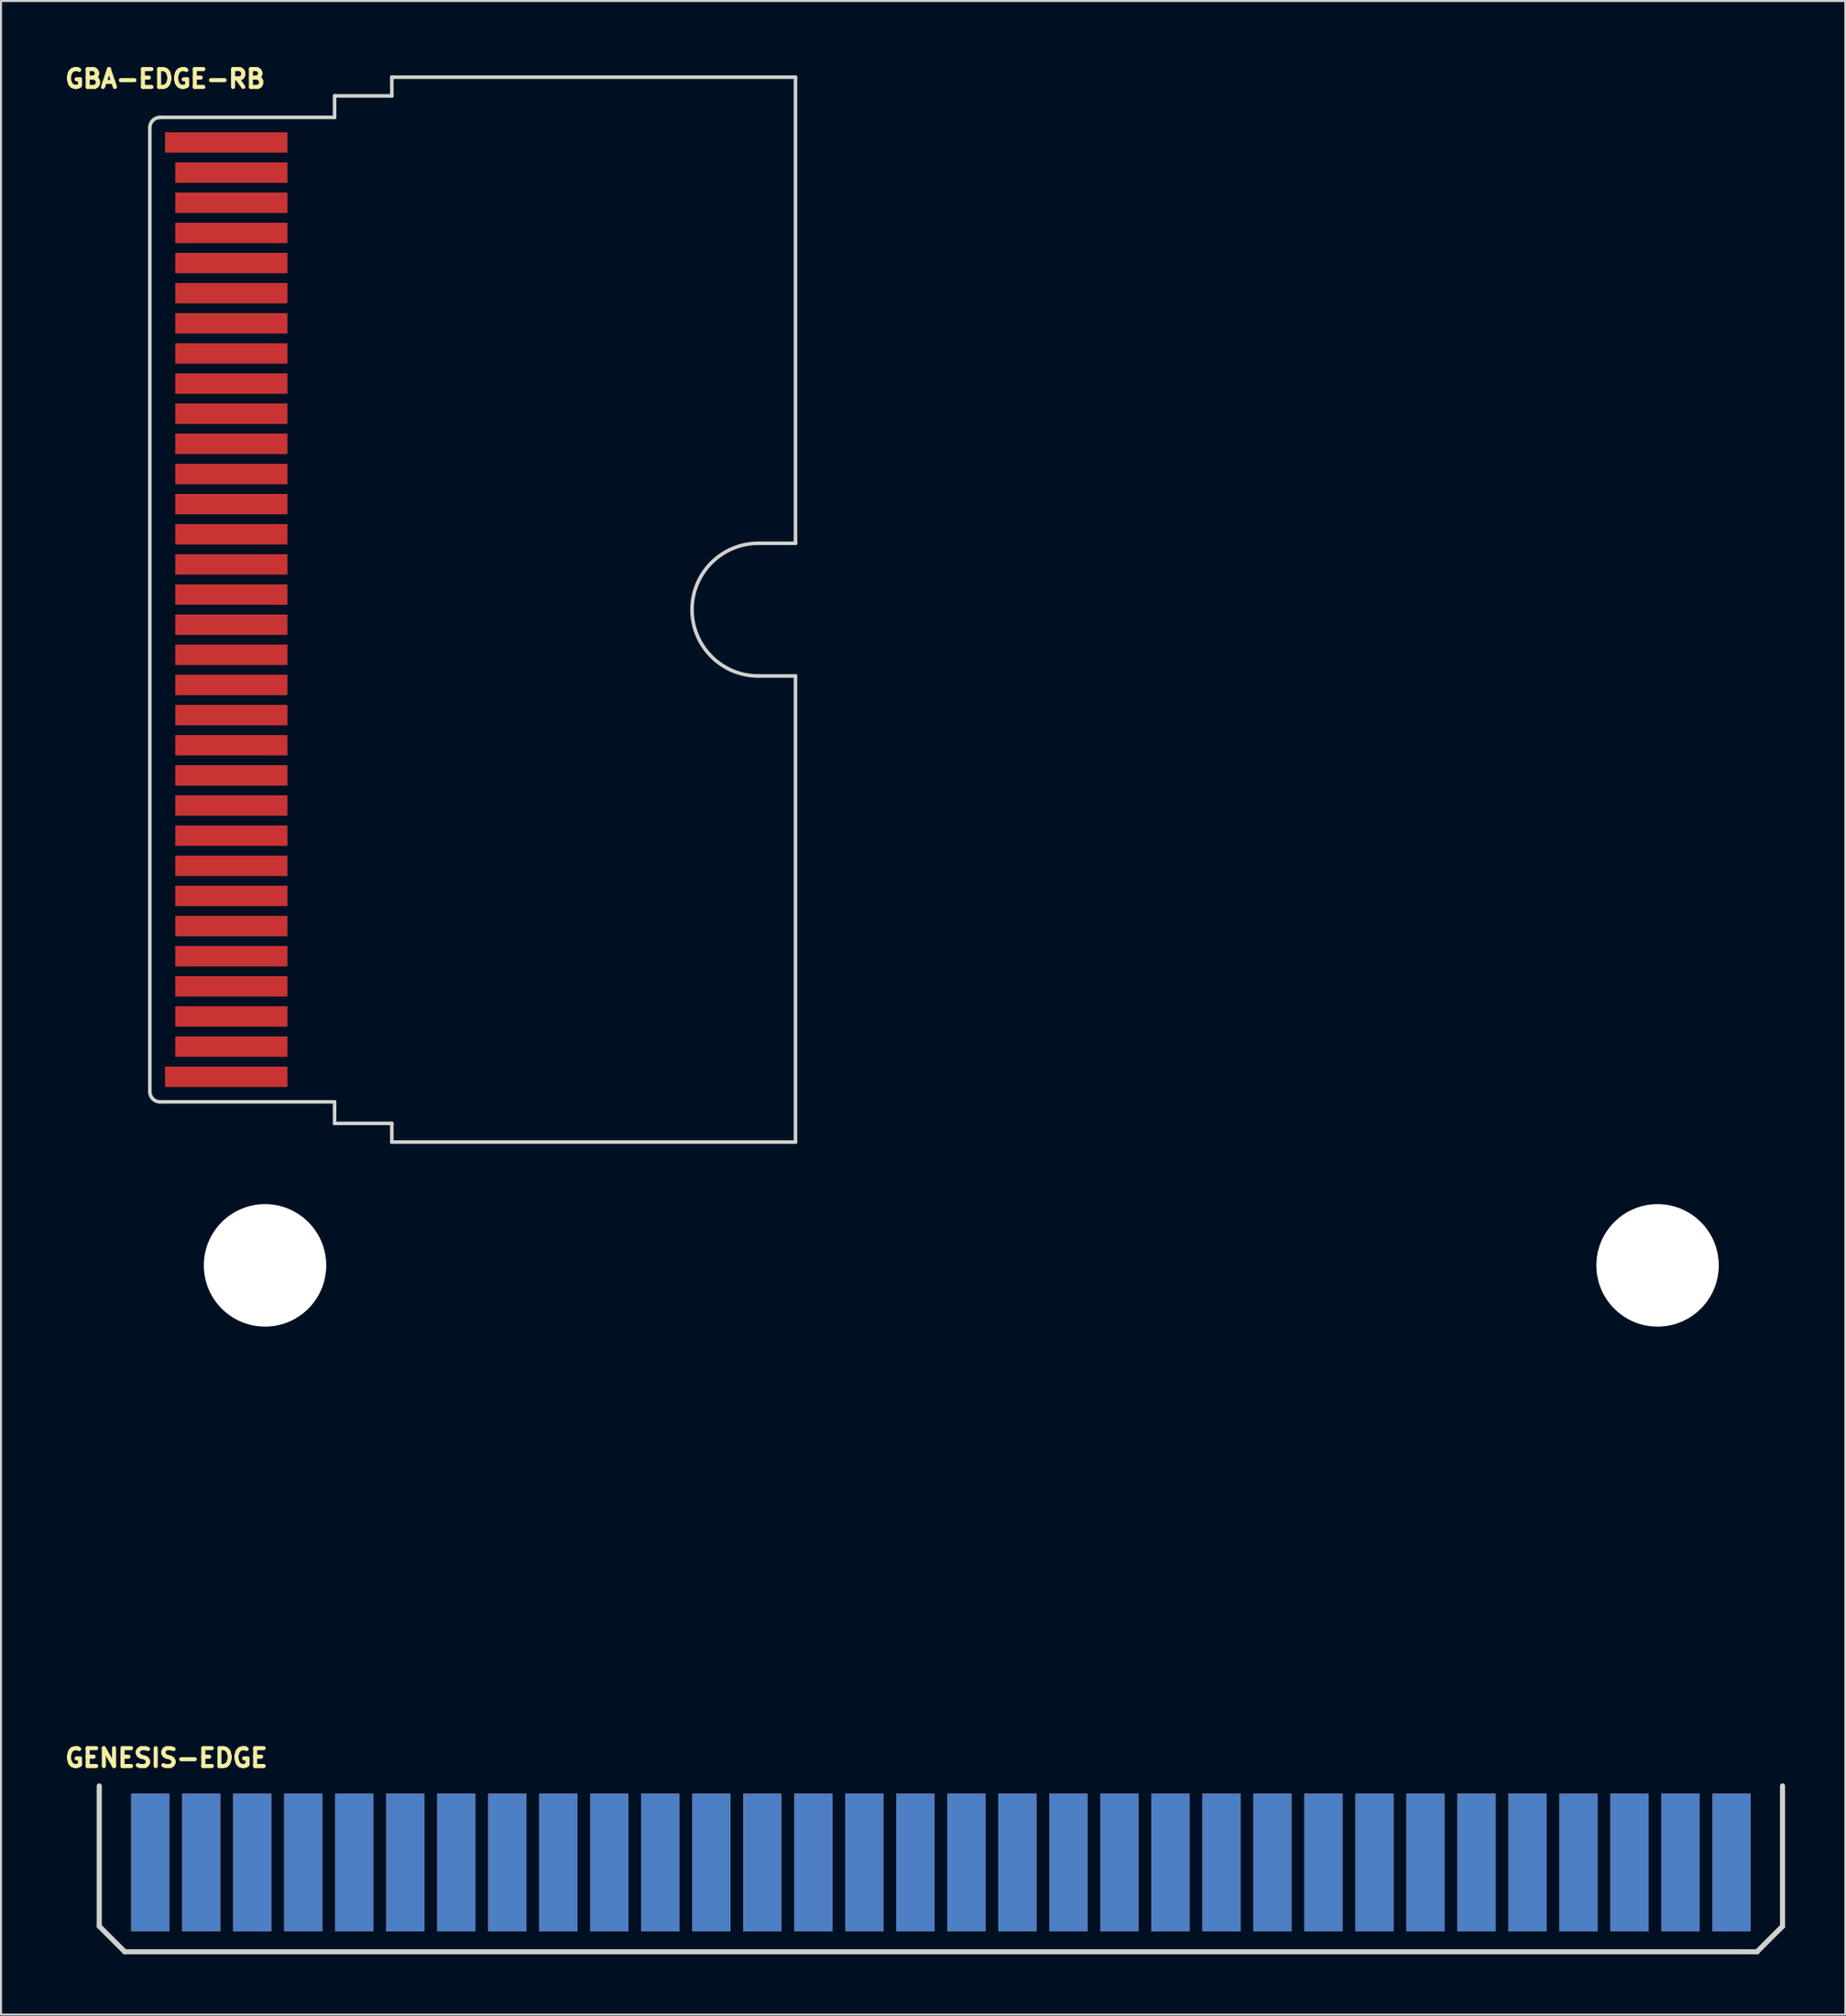
<source format=kicad_pcb>
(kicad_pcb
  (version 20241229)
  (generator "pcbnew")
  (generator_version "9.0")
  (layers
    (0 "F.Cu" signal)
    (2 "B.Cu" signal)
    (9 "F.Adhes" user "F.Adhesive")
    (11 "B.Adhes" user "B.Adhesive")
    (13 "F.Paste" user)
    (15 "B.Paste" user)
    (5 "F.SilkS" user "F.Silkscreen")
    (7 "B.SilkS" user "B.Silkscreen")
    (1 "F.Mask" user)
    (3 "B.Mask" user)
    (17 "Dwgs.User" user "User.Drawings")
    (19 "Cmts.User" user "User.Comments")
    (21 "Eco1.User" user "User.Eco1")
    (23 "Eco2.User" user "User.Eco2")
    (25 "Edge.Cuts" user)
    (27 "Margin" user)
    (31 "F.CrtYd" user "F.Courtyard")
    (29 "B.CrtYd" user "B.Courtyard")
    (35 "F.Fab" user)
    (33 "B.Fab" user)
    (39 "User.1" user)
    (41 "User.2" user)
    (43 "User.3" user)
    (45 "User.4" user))
  (footprint "GBA-EDGE-RB"
    (layer "F.Cu")
    (at 8.217 4.043)
    (property "Reference" "GBA-EDGE-RB" (at -3.048 -3.166 0) (layer "F.SilkS") (effects (font (size 0.889 0.889) (thickness 0.203))))
    (attr through_hole)
    (fp_rect (start -3.81 -1.259) (end 1.994 47.741) (stroke (width 0.12) (type solid)) (fill yes) (layer "F.Mask"))
    (fp_line (start -3.806 -0.741) (end -3.806 47.241) (stroke (width 0.178) (type default)) (layer "Edge.Cuts"))
    (fp_line (start -3.302 -1.25) (end 5.394 -1.25) (stroke (width 0.178) (type default)) (layer "Edge.Cuts"))
    (fp_line (start -3.302 47.75) (end 5.394 47.75) (stroke (width 0.178) (type default)) (layer "Edge.Cuts"))
    (fp_line (start 5.394 -2.32) (end 8.244 -2.32) (stroke (width 0.178) (type default)) (layer "Edge.Cuts"))
    (fp_line (start 5.394 -1.25) (end 5.394 -2.32) (stroke (width 0.178) (type default)) (layer "Edge.Cuts"))
    (fp_line (start 5.394 48.82) (end 5.394 47.75) (stroke (width 0.178) (type default)) (layer "Edge.Cuts"))
    (fp_line (start 5.394 48.82) (end 8.244 48.82) (stroke (width 0.178) (type default)) (layer "Edge.Cuts"))
    (fp_line (start 8.244 -3.25) (end 8.244 -2.32) (stroke (width 0.178) (type default)) (layer "Edge.Cuts"))
    (fp_line (start 8.244 -3.25) (end 28.344 -3.25) (stroke (width 0.178) (type default)) (layer "Edge.Cuts"))
    (fp_line (start 8.244 48.82) (end 8.244 49.75) (stroke (width 0.178) (type default)) (layer "Edge.Cuts"))
    (fp_line (start 8.244 49.75) (end 28.344 49.75) (stroke (width 0.178) (type default)) (layer "Edge.Cuts"))
    (fp_line (start 28.344 -3.25) (end 28.344 19.948) (stroke (width 0.178) (type default)) (layer "Edge.Cuts"))
    (fp_line (start 28.344 19.948) (end 26.496 19.948) (stroke (width 0.178) (type default)) (layer "Edge.Cuts"))
    (fp_line (start 28.344 26.552) (end 26.496 26.552) (stroke (width 0.178) (type default)) (layer "Edge.Cuts"))
    (fp_line (start 28.344 26.552) (end 28.344 49.75) (stroke (width 0.178) (type default)) (layer "Edge.Cuts"))
    (fp_arc (start -3.806389 -0.740789) (mid -3.6576 -1.1) (end -3.298389 -1.248789) (stroke (width 0.1778) (type default)) (layer "Edge.Cuts"))
    (fp_arc (start -3.298389 47.748789) (mid -3.6576 47.6) (end -3.806389 47.240789) (stroke (width 0.1778) (type default)) (layer "Edge.Cuts"))
    (fp_arc (start 26.495611 26.552) (mid 23.193611 23.25) (end 26.495611 19.948) (stroke (width 0.1778) (type default)) (layer "Edge.Cuts"))
    (pad "1" smd rect (at 0 0) (size 6.096 1.016) (layers "F.Cu" "F.Paste"))
    (pad "2" smd rect (at 0.254 1.5) (size 5.588 1.016) (layers "F.Cu" "F.Paste"))
    (pad "3" smd rect (at 0.254 3) (size 5.588 1.016) (layers "F.Cu" "F.Paste"))
    (pad "4" smd rect (at 0.254 4.5) (size 5.588 1.016) (layers "F.Cu" "F.Paste"))
    (pad "5" smd rect (at 0.254 6) (size 5.588 1.016) (layers "F.Cu" "F.Paste"))
    (pad "6" smd rect (at 0.254 7.5) (size 5.588 1.016) (layers "F.Cu" "F.Paste"))
    (pad "7" smd rect (at 0.254 9) (size 5.588 1.016) (layers "F.Cu" "F.Paste"))
    (pad "8" smd rect (at 0.254 10.5) (size 5.588 1.016) (layers "F.Cu" "F.Paste"))
    (pad "9" smd rect (at 0.254 12) (size 5.588 1.016) (layers "F.Cu" "F.Paste"))
    (pad "10" smd rect (at 0.254 13.5) (size 5.588 1.016) (layers "F.Cu" "F.Paste"))
    (pad "11" smd rect (at 0.254 15) (size 5.588 1.016) (layers "F.Cu" "F.Paste"))
    (pad "12" smd rect (at 0.254 16.5) (size 5.588 1.016) (layers "F.Cu" "F.Paste"))
    (pad "13" smd rect (at 0.254 18) (size 5.588 1.016) (layers "F.Cu" "F.Paste"))
    (pad "14" smd rect (at 0.254 19.5) (size 5.588 1.016) (layers "F.Cu" "F.Paste"))
    (pad "15" smd rect (at 0.254 21) (size 5.588 1.016) (layers "F.Cu" "F.Paste"))
    (pad "16" smd rect (at 0.254 22.5) (size 5.588 1.016) (layers "F.Cu" "F.Paste"))
    (pad "17" smd rect (at 0.254 24) (size 5.588 1.016) (layers "F.Cu" "F.Paste"))
    (pad "18" smd rect (at 0.254 25.5) (size 5.588 1.016) (layers "F.Cu" "F.Paste"))
    (pad "19" smd rect (at 0.254 27) (size 5.588 1.016) (layers "F.Cu" "F.Paste"))
    (pad "20" smd rect (at 0.254 28.5) (size 5.588 1.016) (layers "F.Cu" "F.Paste"))
    (pad "21" smd rect (at 0.254 30) (size 5.588 1.016) (layers "F.Cu" "F.Paste"))
    (pad "22" smd rect (at 0.254 31.5) (size 5.588 1.016) (layers "F.Cu" "F.Paste"))
    (pad "23" smd rect (at 0.254 33) (size 5.588 1.016) (layers "F.Cu" "F.Paste"))
    (pad "24" smd rect (at 0.254 34.5) (size 5.588 1.016) (layers "F.Cu" "F.Paste"))
    (pad "25" smd rect (at 0.254 36) (size 5.588 1.016) (layers "F.Cu" "F.Paste"))
    (pad "26" smd rect (at 0.254 37.5) (size 5.588 1.016) (layers "F.Cu" "F.Paste"))
    (pad "27" smd rect (at 0.254 39) (size 5.588 1.016) (layers "F.Cu" "F.Paste"))
    (pad "28" smd rect (at 0.254 40.5) (size 5.588 1.016) (layers "F.Cu" "F.Paste"))
    (pad "29" smd rect (at 0.254 42) (size 5.588 1.016) (layers "F.Cu" "F.Paste"))
    (pad "30" smd rect (at 0.254 43.5) (size 5.588 1.016) (layers "F.Cu" "F.Paste"))
    (pad "31" smd rect (at 0.254 45) (size 5.588 1.016) (layers "F.Cu" "F.Paste"))
    (pad "32" smd rect (at 0 46.5) (size 6.096 1.016) (layers "F.Cu" "F.Paste"))
    (zone (net_name "") (layer "F.Cu") (name "gold fingers") (hatch edge 0.5) (connect_pads) (min_thickness 0.25) (filled_areas_thickness no) (keepout (tracks allowed) (vias allowed) (pads allowed) (copperpour allowed) (footprints not_allowed)) (placement (enabled no)) (fill) (polygon (pts (xy 13.417 2.883) (xy 13.417 51.843) (xy 4.407 51.843) (xy 4.407 2.883)))))
  (footprint "GENESIS-EDGE"
    (layer "F.Cu")
    (at 4.432 89.648)
    (property "Reference" "GENESIS-EDGE" (at 0.8 -5.2 0) (layer "F.SilkS") (effects (font (size 0.889 0.889) (thickness 0.203))))
    (attr through_hole)
    (fp_line (start -2.54 -3.81) (end -2.54 3.175) (stroke (width 0.254) (type solid)) (layer "Edge.Cuts"))
    (fp_line (start -2.54 3.175) (end -1.27 4.445) (stroke (width 0.254) (type solid)) (layer "Edge.Cuts"))
    (fp_line (start -1.27 4.445) (end 80.01 4.445) (stroke (width 0.254) (type solid)) (layer "Edge.Cuts"))
    (fp_line (start 80.01 4.445) (end 81.28 3.175) (stroke (width 0.254) (type solid)) (layer "Edge.Cuts"))
    (fp_line (start 81.28 3.175) (end 81.28 -3.81) (stroke (width 0.254) (type solid)) (layer "Edge.Cuts"))
    (pad "" np_thru_hole circle (at 5.715 -29.718) (size 6.096 6.096) (drill 6.096) (layers "*.Cu" "*.Mask"))
    (pad "" np_thru_hole circle (at 75.057 -29.718) (size 6.096 6.096) (drill 6.096) (layers "*.Cu" "*.Mask"))
    (pad "A1" smd rect (at 0 0) (size 1.905 6.858) (layers "B.Cu"))
    (pad "A2" smd rect (at 2.54 0) (size 1.905 6.858) (layers "B.Cu"))
    (pad "A3" smd rect (at 5.08 0) (size 1.905 6.858) (layers "B.Cu"))
    (pad "A4" smd rect (at 7.62 0) (size 1.905 6.858) (layers "B.Cu"))
    (pad "A5" smd rect (at 10.16 0) (size 1.905 6.858) (layers "B.Cu"))
    (pad "A6" smd rect (at 12.7 0) (size 1.905 6.858) (layers "B.Cu"))
    (pad "A7" smd rect (at 15.24 0) (size 1.905 6.858) (layers "B.Cu"))
    (pad "A8" smd rect (at 17.78 0) (size 1.905 6.858) (layers "B.Cu"))
    (pad "A9" smd rect (at 20.32 0) (size 1.905 6.858) (layers "B.Cu"))
    (pad "A10" smd rect (at 22.86 0) (size 1.905 6.858) (layers "B.Cu"))
    (pad "A11" smd rect (at 25.4 0) (size 1.905 6.858) (layers "B.Cu"))
    (pad "A12" smd rect (at 27.94 0) (size 1.905 6.858) (layers "B.Cu"))
    (pad "A13" smd rect (at 30.48 0) (size 1.905 6.858) (layers "B.Cu"))
    (pad "A14" smd rect (at 33.02 0) (size 1.905 6.858) (layers "B.Cu"))
    (pad "A15" smd rect (at 35.56 0) (size 1.905 6.858) (layers "B.Cu"))
    (pad "A16" smd rect (at 38.1 0) (size 1.905 6.858) (layers "B.Cu"))
    (pad "A17" smd rect (at 40.64 0) (size 1.905 6.858) (layers "B.Cu"))
    (pad "A18" smd rect (at 43.18 0) (size 1.905 6.858) (layers "B.Cu"))
    (pad "A19" smd rect (at 45.72 0) (size 1.905 6.858) (layers "B.Cu"))
    (pad "A20" smd rect (at 48.26 0) (size 1.905 6.858) (layers "B.Cu"))
    (pad "A21" smd rect (at 50.8 0) (size 1.905 6.858) (layers "B.Cu"))
    (pad "A22" smd rect (at 53.34 0) (size 1.905 6.858) (layers "B.Cu"))
    (pad "A23" smd rect (at 55.88 0) (size 1.905 6.858) (layers "B.Cu"))
    (pad "A24" smd rect (at 58.42 0) (size 1.905 6.858) (layers "B.Cu"))
    (pad "A25" smd rect (at 60.96 0) (size 1.905 6.858) (layers "B.Cu"))
    (pad "A26" smd rect (at 63.5 0) (size 1.905 6.858) (layers "B.Cu"))
    (pad "A27" smd rect (at 66.04 0) (size 1.905 6.858) (layers "B.Cu"))
    (pad "A28" smd rect (at 68.58 0) (size 1.905 6.858) (layers "B.Cu"))
    (pad "A29" smd rect (at 71.12 0) (size 1.905 6.858) (layers "B.Cu"))
    (pad "A30" smd rect (at 73.66 0) (size 1.905 6.858) (layers "B.Cu"))
    (pad "A31" smd rect (at 76.2 0) (size 1.905 6.858) (layers "B.Cu"))
    (pad "A32" smd rect (at 78.74 0) (size 1.905 6.858) (layers "B.Cu"))
    (pad "B1" smd rect (at 0 0) (size 1.905 6.858) (layers "F.Cu"))
    (pad "B2" smd rect (at 2.54 0) (size 1.905 6.858) (layers "F.Cu"))
    (pad "B3" smd rect (at 5.08 0) (size 1.905 6.858) (layers "F.Cu"))
    (pad "B4" smd rect (at 7.62 0) (size 1.905 6.858) (layers "F.Cu"))
    (pad "B5" smd rect (at 10.16 0) (size 1.905 6.858) (layers "F.Cu"))
    (pad "B6" smd rect (at 12.7 0) (size 1.905 6.858) (layers "F.Cu"))
    (pad "B7" smd rect (at 15.24 0) (size 1.905 6.858) (layers "F.Cu"))
    (pad "B8" smd rect (at 17.78 0) (size 1.905 6.858) (layers "F.Cu"))
    (pad "B9" smd rect (at 20.32 0) (size 1.905 6.858) (layers "F.Cu"))
    (pad "B10" smd rect (at 22.86 0) (size 1.905 6.858) (layers "F.Cu"))
    (pad "B11" smd rect (at 25.4 0) (size 1.905 6.858) (layers "F.Cu"))
    (pad "B12" smd rect (at 27.94 0) (size 1.905 6.858) (layers "F.Cu"))
    (pad "B13" smd rect (at 30.48 0) (size 1.905 6.858) (layers "F.Cu"))
    (pad "B14" smd rect (at 33.02 0) (size 1.905 6.858) (layers "F.Cu"))
    (pad "B15" smd rect (at 35.56 0) (size 1.905 6.858) (layers "F.Cu"))
    (pad "B16" smd rect (at 38.1 0) (size 1.905 6.858) (layers "F.Cu"))
    (pad "B17" smd rect (at 40.64 0) (size 1.905 6.858) (layers "F.Cu"))
    (pad "B18" smd rect (at 43.18 0) (size 1.905 6.858) (layers "F.Cu"))
    (pad "B19" smd rect (at 45.72 0) (size 1.905 6.858) (layers "F.Cu"))
    (pad "B20" smd rect (at 48.26 0) (size 1.905 6.858) (layers "F.Cu"))
    (pad "B21" smd rect (at 50.8 0) (size 1.905 6.858) (layers "F.Cu"))
    (pad "B22" smd rect (at 53.34 0) (size 1.905 6.858) (layers "F.Cu"))
    (pad "B23" smd rect (at 55.88 0) (size 1.905 6.858) (layers "F.Cu"))
    (pad "B24" smd rect (at 58.42 0) (size 1.905 6.858) (layers "F.Cu"))
    (pad "B25" smd rect (at 60.96 0) (size 1.905 6.858) (layers "F.Cu"))
    (pad "B26" smd rect (at 63.5 0) (size 1.905 6.858) (layers "F.Cu"))
    (pad "B27" smd rect (at 66.04 0) (size 1.905 6.858) (layers "F.Cu"))
    (pad "B28" smd rect (at 68.58 0) (size 1.905 6.858) (layers "F.Cu"))
    (pad "B29" smd rect (at 71.12 0) (size 1.905 6.858) (layers "F.Cu"))
    (pad "B30" smd rect (at 73.66 0) (size 1.905 6.858) (layers "F.Cu"))
    (pad "B31" smd rect (at 76.2 0) (size 1.905 6.858) (layers "F.Cu"))
    (pad "B32" smd rect (at 78.74 0) (size 1.905 6.858) (layers "F.Cu")))
  (gr_rect
    (start -3 -3)
    (end 88.839 97.22)
    (stroke (width 0.1) (type default))
    (fill no)
    (layer "Edge.Cuts")))
</source>
